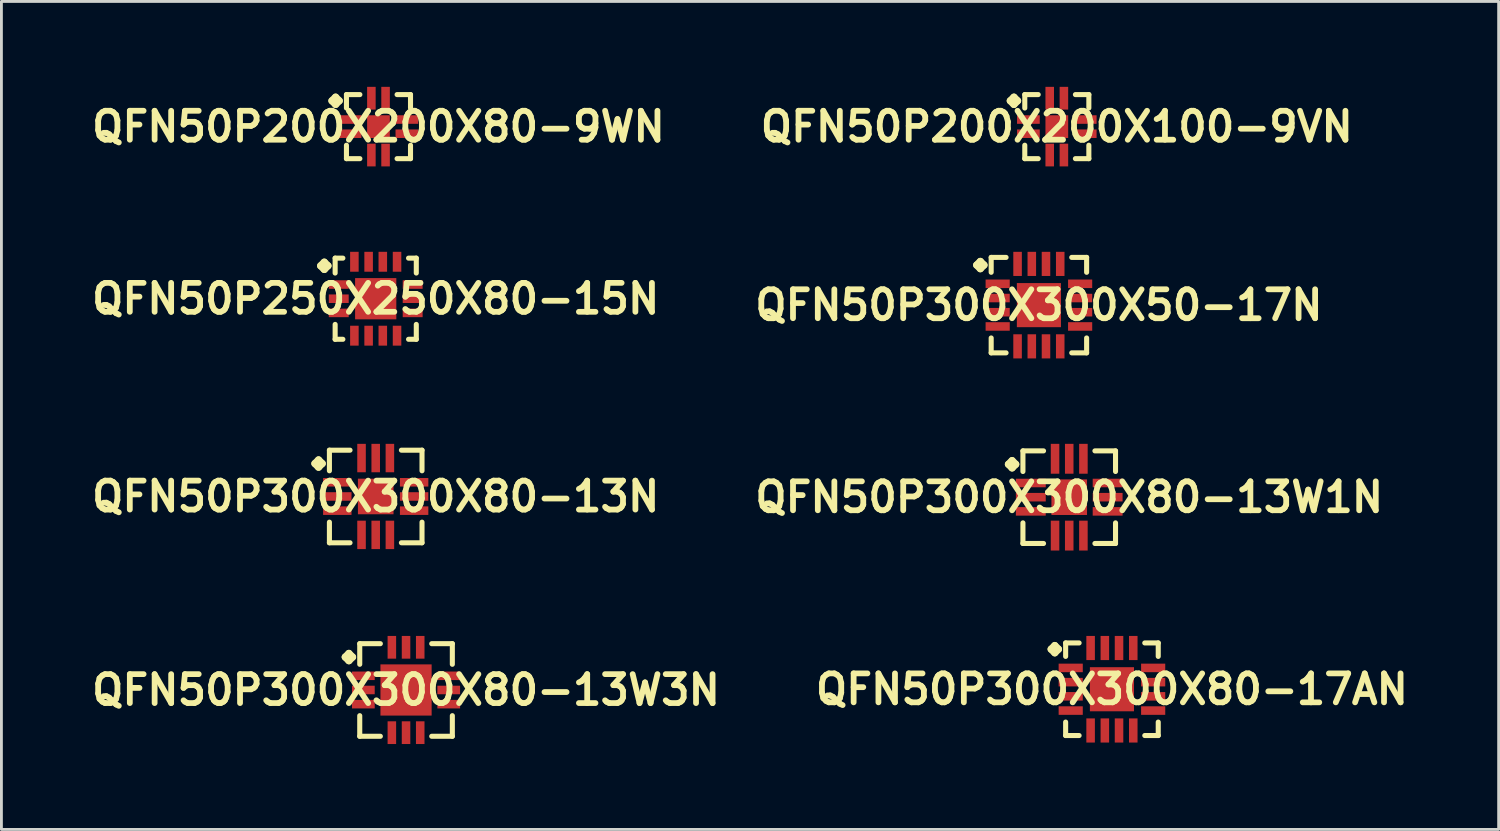
<source format=kicad_pcb>
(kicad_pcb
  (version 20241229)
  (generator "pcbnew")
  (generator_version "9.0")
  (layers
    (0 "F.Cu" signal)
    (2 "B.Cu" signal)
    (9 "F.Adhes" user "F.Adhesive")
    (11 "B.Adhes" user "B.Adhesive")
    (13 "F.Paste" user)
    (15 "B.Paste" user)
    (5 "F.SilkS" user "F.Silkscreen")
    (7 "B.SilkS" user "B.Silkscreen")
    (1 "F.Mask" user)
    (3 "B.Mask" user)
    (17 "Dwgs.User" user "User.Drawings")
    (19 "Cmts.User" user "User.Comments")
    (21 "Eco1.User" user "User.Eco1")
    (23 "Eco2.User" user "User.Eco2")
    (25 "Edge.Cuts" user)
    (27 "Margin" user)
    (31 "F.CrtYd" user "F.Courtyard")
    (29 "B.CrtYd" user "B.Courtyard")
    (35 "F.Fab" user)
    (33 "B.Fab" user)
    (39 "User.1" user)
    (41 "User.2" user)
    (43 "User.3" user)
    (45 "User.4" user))
  (footprint "QFN50P300X300X80-13W3N"
    (layer "F.Cu")
    (at 11.21 21.182)
    (property "Reference" "QFN50P300X300X80-13W3N" (at 0 0 0) (layer "F.SilkS") (effects (font (size 1.016 1.016) (thickness 0.203))))
    (attr smd)
    (fp_line (start -2.134 -1.156) (end -2.007 -1.283) (stroke (width 0.254) (type solid)) (layer "F.SilkS"))
    (fp_line (start -2.007 -1.283) (end -1.88 -1.156) (stroke (width 0.254) (type solid)) (layer "F.SilkS"))
    (fp_line (start -2.007 -1.029) (end -2.134 -1.156) (stroke (width 0.254) (type solid)) (layer "F.SilkS"))
    (fp_line (start -1.88 -1.156) (end -2.007 -1.029) (stroke (width 0.254) (type solid)) (layer "F.SilkS"))
    (fp_line (start -1.626 -1.626) (end -0.902 -1.626) (stroke (width 0.178) (type solid)) (layer "F.SilkS"))
    (fp_line (start -1.626 -0.902) (end -1.626 -1.626) (stroke (width 0.178) (type solid)) (layer "F.SilkS"))
    (fp_line (start -1.626 0.902) (end -1.626 1.626) (stroke (width 0.178) (type solid)) (layer "F.SilkS"))
    (fp_line (start -1.626 1.626) (end -0.902 1.626) (stroke (width 0.178) (type solid)) (layer "F.SilkS"))
    (fp_line (start 0.902 -1.626) (end 1.626 -1.626) (stroke (width 0.178) (type solid)) (layer "F.SilkS"))
    (fp_line (start 0.902 1.626) (end 1.626 1.626) (stroke (width 0.178) (type solid)) (layer "F.SilkS"))
    (fp_line (start 1.626 -1.626) (end 1.626 -0.902) (stroke (width 0.178) (type solid)) (layer "F.SilkS"))
    (fp_line (start 1.626 1.626) (end 1.626 0.902) (stroke (width 0.178) (type solid)) (layer "F.SilkS"))
    (pad "1" smd rect (at -1.499 -0.498) (size 0.798 0.3) (layers "F.Cu" "F.Mask" "F.Paste"))
    (pad "2" smd rect (at -1.499 0) (size 0.798 0.3) (layers "F.Cu" "F.Mask" "F.Paste"))
    (pad "3" smd rect (at -1.499 0.498) (size 0.798 0.3) (layers "F.Cu" "F.Mask" "F.Paste"))
    (pad "4" smd rect (at -0.498 1.499) (size 0.3 0.798) (layers "F.Cu" "F.Mask" "F.Paste"))
    (pad "5" smd rect (at 0 1.499) (size 0.3 0.798) (layers "F.Cu" "F.Mask" "F.Paste"))
    (pad "6" smd rect (at 0.498 1.499) (size 0.3 0.798) (layers "F.Cu" "F.Mask" "F.Paste"))
    (pad "7" smd rect (at 1.499 0.498) (size 0.798 0.3) (layers "F.Cu" "F.Mask" "F.Paste"))
    (pad "8" smd rect (at 1.499 0) (size 0.798 0.3) (layers "F.Cu" "F.Mask" "F.Paste"))
    (pad "9" smd rect (at 1.499 -0.498) (size 0.798 0.3) (layers "F.Cu" "F.Mask" "F.Paste"))
    (pad "10" smd rect (at 0.498 -1.499) (size 0.3 0.798) (layers "F.Cu" "F.Mask" "F.Paste"))
    (pad "11" smd rect (at 0 -1.499) (size 0.3 0.798) (layers "F.Cu" "F.Mask" "F.Paste"))
    (pad "12" smd rect (at -0.498 -1.499) (size 0.3 0.798) (layers "F.Cu" "F.Mask" "F.Paste"))
    (pad "13" smd rect (at 0 0) (size 1.798 1.798) (layers "F.Cu" "F.Mask" "F.Paste")))
  (footprint "QFN50P300X300X50-17N"
    (layer "F.Cu")
    (at 33.436 7.666)
    (property "Reference" "QFN50P300X300X50-17N" (at 0 0 0) (layer "F.SilkS") (effects (font (size 1.016 1.016) (thickness 0.203))))
    (attr smd)
    (fp_line (start -2.184 -1.407) (end -2.057 -1.534) (stroke (width 0.254) (type solid)) (layer "F.SilkS"))
    (fp_line (start -2.057 -1.534) (end -1.93 -1.407) (stroke (width 0.254) (type solid)) (layer "F.SilkS"))
    (fp_line (start -2.057 -1.28) (end -2.184 -1.407) (stroke (width 0.254) (type solid)) (layer "F.SilkS"))
    (fp_line (start -1.93 -1.407) (end -2.057 -1.28) (stroke (width 0.254) (type solid)) (layer "F.SilkS"))
    (fp_line (start -1.676 -1.676) (end -1.153 -1.676) (stroke (width 0.178) (type solid)) (layer "F.SilkS"))
    (fp_line (start -1.676 -1.153) (end -1.676 -1.676) (stroke (width 0.178) (type solid)) (layer "F.SilkS"))
    (fp_line (start -1.676 1.153) (end -1.676 1.676) (stroke (width 0.178) (type solid)) (layer "F.SilkS"))
    (fp_line (start -1.676 1.676) (end -1.153 1.676) (stroke (width 0.178) (type solid)) (layer "F.SilkS"))
    (fp_line (start 1.153 -1.676) (end 1.676 -1.676) (stroke (width 0.178) (type solid)) (layer "F.SilkS"))
    (fp_line (start 1.153 1.676) (end 1.676 1.676) (stroke (width 0.178) (type solid)) (layer "F.SilkS"))
    (fp_line (start 1.676 -1.676) (end 1.676 -1.153) (stroke (width 0.178) (type solid)) (layer "F.SilkS"))
    (fp_line (start 1.676 1.676) (end 1.676 1.153) (stroke (width 0.178) (type solid)) (layer "F.SilkS"))
    (pad "1" smd rect (at -1.448 -0.749) (size 0.848 0.3) (layers "F.Cu" "F.Mask" "F.Paste"))
    (pad "2" smd rect (at -1.448 -0.249) (size 0.848 0.3) (layers "F.Cu" "F.Mask" "F.Paste"))
    (pad "3" smd rect (at -1.448 0.249) (size 0.848 0.3) (layers "F.Cu" "F.Mask" "F.Paste"))
    (pad "4" smd rect (at -1.448 0.749) (size 0.848 0.3) (layers "F.Cu" "F.Mask" "F.Paste"))
    (pad "5" smd rect (at -0.749 1.448) (size 0.3 0.848) (layers "F.Cu" "F.Mask" "F.Paste"))
    (pad "6" smd rect (at -0.249 1.448) (size 0.3 0.848) (layers "F.Cu" "F.Mask" "F.Paste"))
    (pad "7" smd rect (at 0.249 1.448) (size 0.3 0.848) (layers "F.Cu" "F.Mask" "F.Paste"))
    (pad "8" smd rect (at 0.749 1.448) (size 0.3 0.848) (layers "F.Cu" "F.Mask" "F.Paste"))
    (pad "9" smd rect (at 1.448 0.749) (size 0.848 0.3) (layers "F.Cu" "F.Mask" "F.Paste"))
    (pad "10" smd rect (at 1.448 0.249) (size 0.848 0.3) (layers "F.Cu" "F.Mask" "F.Paste"))
    (pad "11" smd rect (at 1.448 -0.249) (size 0.848 0.3) (layers "F.Cu" "F.Mask" "F.Paste"))
    (pad "12" smd rect (at 1.448 -0.749) (size 0.848 0.3) (layers "F.Cu" "F.Mask" "F.Paste"))
    (pad "13" smd rect (at 0.749 -1.448) (size 0.3 0.848) (layers "F.Cu" "F.Mask" "F.Paste"))
    (pad "14" smd rect (at 0.249 -1.448) (size 0.3 0.848) (layers "F.Cu" "F.Mask" "F.Paste"))
    (pad "15" smd rect (at -0.249 -1.448) (size 0.3 0.848) (layers "F.Cu" "F.Mask" "F.Paste"))
    (pad "16" smd rect (at -0.749 -1.448) (size 0.3 0.848) (layers "F.Cu" "F.Mask" "F.Paste"))
    (pad "17" smd rect (at 0 0) (size 1.549 1.549) (layers "F.Cu" "F.Mask" "F.Paste")))
  (footprint "QFN50P300X300X80-13W1N"
    (layer "F.Cu")
    (at 34.501 14.411)
    (property "Reference" "QFN50P300X300X80-13W1N" (at 0 0 0) (layer "F.SilkS") (effects (font (size 1.016 1.016) (thickness 0.203))))
    (attr smd)
    (fp_line (start -2.134 -1.156) (end -2.007 -1.283) (stroke (width 0.254) (type solid)) (layer "F.SilkS"))
    (fp_line (start -2.007 -1.283) (end -1.88 -1.156) (stroke (width 0.254) (type solid)) (layer "F.SilkS"))
    (fp_line (start -2.007 -1.029) (end -2.134 -1.156) (stroke (width 0.254) (type solid)) (layer "F.SilkS"))
    (fp_line (start -1.88 -1.156) (end -2.007 -1.029) (stroke (width 0.254) (type solid)) (layer "F.SilkS"))
    (fp_line (start -1.626 -1.626) (end -0.902 -1.626) (stroke (width 0.178) (type solid)) (layer "F.SilkS"))
    (fp_line (start -1.626 -0.902) (end -1.626 -1.626) (stroke (width 0.178) (type solid)) (layer "F.SilkS"))
    (fp_line (start -1.626 0.902) (end -1.626 1.626) (stroke (width 0.178) (type solid)) (layer "F.SilkS"))
    (fp_line (start -1.626 1.626) (end -0.902 1.626) (stroke (width 0.178) (type solid)) (layer "F.SilkS"))
    (fp_line (start 0.902 -1.626) (end 1.626 -1.626) (stroke (width 0.178) (type solid)) (layer "F.SilkS"))
    (fp_line (start 0.902 1.626) (end 1.626 1.626) (stroke (width 0.178) (type solid)) (layer "F.SilkS"))
    (fp_line (start 1.626 -1.626) (end 1.626 -0.902) (stroke (width 0.178) (type solid)) (layer "F.SilkS"))
    (fp_line (start 1.626 1.626) (end 1.626 0.902) (stroke (width 0.178) (type solid)) (layer "F.SilkS"))
    (pad "1" smd rect (at -1.349 -0.498) (size 1.049 0.3) (layers "F.Cu" "F.Mask" "F.Paste"))
    (pad "2" smd rect (at -1.349 0) (size 1.049 0.3) (layers "F.Cu" "F.Mask" "F.Paste"))
    (pad "3" smd rect (at -1.349 0.498) (size 1.049 0.3) (layers "F.Cu" "F.Mask" "F.Paste"))
    (pad "4" smd rect (at -0.498 1.349) (size 0.3 1.049) (layers "F.Cu" "F.Mask" "F.Paste"))
    (pad "5" smd rect (at 0 1.349) (size 0.3 1.049) (layers "F.Cu" "F.Mask" "F.Paste"))
    (pad "6" smd rect (at 0.498 1.349) (size 0.3 1.049) (layers "F.Cu" "F.Mask" "F.Paste"))
    (pad "7" smd rect (at 1.349 0.498) (size 1.049 0.3) (layers "F.Cu" "F.Mask" "F.Paste"))
    (pad "8" smd rect (at 1.349 0) (size 1.049 0.3) (layers "F.Cu" "F.Mask" "F.Paste"))
    (pad "9" smd rect (at 1.349 -0.498) (size 1.049 0.3) (layers "F.Cu" "F.Mask" "F.Paste"))
    (pad "10" smd rect (at 0.498 -1.349) (size 0.3 1.049) (layers "F.Cu" "F.Mask" "F.Paste"))
    (pad "11" smd rect (at 0 -1.349) (size 0.3 1.049) (layers "F.Cu" "F.Mask" "F.Paste"))
    (pad "12" smd rect (at -0.498 -1.349) (size 0.3 1.049) (layers "F.Cu" "F.Mask" "F.Paste"))
    (pad "13" smd rect (at 0 0) (size 1.25 1.25) (layers "F.Cu" "F.Mask" "F.Paste")))
  (footprint "QFN50P250X250X80-15N"
    (layer "F.Cu")
    (at 10.145 7.441)
    (property "Reference" "QFN50P250X250X80-15N" (at 0 0 0) (layer "F.SilkS") (effects (font (size 1.016 1.016) (thickness 0.203))))
    (attr smd)
    (fp_line (start -1.933 -1.156) (end -1.806 -1.283) (stroke (width 0.254) (type solid)) (layer "F.SilkS"))
    (fp_line (start -1.806 -1.283) (end -1.679 -1.156) (stroke (width 0.254) (type solid)) (layer "F.SilkS"))
    (fp_line (start -1.806 -1.029) (end -1.933 -1.156) (stroke (width 0.254) (type solid)) (layer "F.SilkS"))
    (fp_line (start -1.679 -1.156) (end -1.806 -1.029) (stroke (width 0.254) (type solid)) (layer "F.SilkS"))
    (fp_line (start -1.425 -1.425) (end -1.153 -1.425) (stroke (width 0.178) (type solid)) (layer "F.SilkS"))
    (fp_line (start -1.425 -0.902) (end -1.425 -1.425) (stroke (width 0.178) (type solid)) (layer "F.SilkS"))
    (fp_line (start -1.425 0.902) (end -1.425 1.425) (stroke (width 0.178) (type solid)) (layer "F.SilkS"))
    (fp_line (start -1.425 1.425) (end -1.153 1.425) (stroke (width 0.178) (type solid)) (layer "F.SilkS"))
    (fp_line (start 1.153 -1.425) (end 1.425 -1.425) (stroke (width 0.178) (type solid)) (layer "F.SilkS"))
    (fp_line (start 1.153 1.425) (end 1.425 1.425) (stroke (width 0.178) (type solid)) (layer "F.SilkS"))
    (fp_line (start 1.425 -1.425) (end 1.425 -0.902) (stroke (width 0.178) (type solid)) (layer "F.SilkS"))
    (fp_line (start 1.425 1.425) (end 1.425 0.902) (stroke (width 0.178) (type solid)) (layer "F.SilkS"))
    (pad "1" smd rect (at -1.298 -0.498) (size 0.699 0.3) (layers "F.Cu" "F.Mask" "F.Paste"))
    (pad "2" smd rect (at -1.298 0) (size 0.699 0.3) (layers "F.Cu" "F.Mask" "F.Paste"))
    (pad "3" smd rect (at -1.298 0.498) (size 0.699 0.3) (layers "F.Cu" "F.Mask" "F.Paste"))
    (pad "4" smd rect (at -0.749 1.298) (size 0.3 0.699) (layers "F.Cu" "F.Mask" "F.Paste"))
    (pad "5" smd rect (at -0.249 1.298) (size 0.3 0.699) (layers "F.Cu" "F.Mask" "F.Paste"))
    (pad "6" smd rect (at 0.249 1.298) (size 0.3 0.699) (layers "F.Cu" "F.Mask" "F.Paste"))
    (pad "7" smd rect (at 0.749 1.298) (size 0.3 0.699) (layers "F.Cu" "F.Mask" "F.Paste"))
    (pad "8" smd rect (at 1.298 0.498) (size 0.699 0.3) (layers "F.Cu" "F.Mask" "F.Paste"))
    (pad "9" smd rect (at 1.298 0) (size 0.699 0.3) (layers "F.Cu" "F.Mask" "F.Paste"))
    (pad "10" smd rect (at 1.298 -0.498) (size 0.699 0.3) (layers "F.Cu" "F.Mask" "F.Paste"))
    (pad "11" smd rect (at 0.749 -1.298) (size 0.3 0.699) (layers "F.Cu" "F.Mask" "F.Paste"))
    (pad "12" smd rect (at 0.249 -1.298) (size 0.3 0.699) (layers "F.Cu" "F.Mask" "F.Paste"))
    (pad "13" smd rect (at -0.249 -1.298) (size 0.3 0.699) (layers "F.Cu" "F.Mask" "F.Paste"))
    (pad "14" smd rect (at -0.749 -1.298) (size 0.3 0.699) (layers "F.Cu" "F.Mask" "F.Paste"))
    (pad "15" smd rect (at 0 0) (size 1.448 1.448) (layers "F.Cu" "F.Mask" "F.Paste")))
  (footprint "QFN50P300X300X80-17AN"
    (layer "F.Cu")
    (at 36.001 21.156)
    (property "Reference" "QFN50P300X300X80-17AN" (at 0 0 0) (layer "F.SilkS") (effects (font (size 1.016 1.016) (thickness 0.203))))
    (attr smd)
    (fp_line (start -2.134 -1.407) (end -2.007 -1.534) (stroke (width 0.254) (type solid)) (layer "F.SilkS"))
    (fp_line (start -2.007 -1.534) (end -1.88 -1.407) (stroke (width 0.254) (type solid)) (layer "F.SilkS"))
    (fp_line (start -2.007 -1.28) (end -2.134 -1.407) (stroke (width 0.254) (type solid)) (layer "F.SilkS"))
    (fp_line (start -1.88 -1.407) (end -2.007 -1.28) (stroke (width 0.254) (type solid)) (layer "F.SilkS"))
    (fp_line (start -1.626 -1.626) (end -1.153 -1.626) (stroke (width 0.178) (type solid)) (layer "F.SilkS"))
    (fp_line (start -1.626 -1.153) (end -1.626 -1.626) (stroke (width 0.178) (type solid)) (layer "F.SilkS"))
    (fp_line (start -1.626 1.153) (end -1.626 1.626) (stroke (width 0.178) (type solid)) (layer "F.SilkS"))
    (fp_line (start -1.626 1.626) (end -1.153 1.626) (stroke (width 0.178) (type solid)) (layer "F.SilkS"))
    (fp_line (start 1.153 -1.626) (end 1.626 -1.626) (stroke (width 0.178) (type solid)) (layer "F.SilkS"))
    (fp_line (start 1.153 1.626) (end 1.626 1.626) (stroke (width 0.178) (type solid)) (layer "F.SilkS"))
    (fp_line (start 1.626 -1.626) (end 1.626 -1.153) (stroke (width 0.178) (type solid)) (layer "F.SilkS"))
    (fp_line (start 1.626 1.626) (end 1.626 1.153) (stroke (width 0.178) (type solid)) (layer "F.SilkS"))
    (pad "1" smd rect (at -1.448 -0.749) (size 0.848 0.3) (layers "F.Cu" "F.Mask" "F.Paste"))
    (pad "2" smd rect (at -1.448 -0.249) (size 0.848 0.3) (layers "F.Cu" "F.Mask" "F.Paste"))
    (pad "3" smd rect (at -1.448 0.249) (size 0.848 0.3) (layers "F.Cu" "F.Mask" "F.Paste"))
    (pad "4" smd rect (at -1.448 0.749) (size 0.848 0.3) (layers "F.Cu" "F.Mask" "F.Paste"))
    (pad "5" smd rect (at -0.749 1.448) (size 0.3 0.848) (layers "F.Cu" "F.Mask" "F.Paste"))
    (pad "6" smd rect (at -0.249 1.448) (size 0.3 0.848) (layers "F.Cu" "F.Mask" "F.Paste"))
    (pad "7" smd rect (at 0.249 1.448) (size 0.3 0.848) (layers "F.Cu" "F.Mask" "F.Paste"))
    (pad "8" smd rect (at 0.749 1.448) (size 0.3 0.848) (layers "F.Cu" "F.Mask" "F.Paste"))
    (pad "9" smd rect (at 1.448 0.749) (size 0.848 0.3) (layers "F.Cu" "F.Mask" "F.Paste"))
    (pad "10" smd rect (at 1.448 0.249) (size 0.848 0.3) (layers "F.Cu" "F.Mask" "F.Paste"))
    (pad "11" smd rect (at 1.448 -0.249) (size 0.848 0.3) (layers "F.Cu" "F.Mask" "F.Paste"))
    (pad "12" smd rect (at 1.448 -0.749) (size 0.848 0.3) (layers "F.Cu" "F.Mask" "F.Paste"))
    (pad "13" smd rect (at 0.749 -1.448) (size 0.3 0.848) (layers "F.Cu" "F.Mask" "F.Paste"))
    (pad "14" smd rect (at 0.249 -1.448) (size 0.3 0.848) (layers "F.Cu" "F.Mask" "F.Paste"))
    (pad "15" smd rect (at -0.249 -1.448) (size 0.3 0.848) (layers "F.Cu" "F.Mask" "F.Paste"))
    (pad "16" smd rect (at -0.749 -1.448) (size 0.3 0.848) (layers "F.Cu" "F.Mask" "F.Paste"))
    (pad "17" smd rect (at 0 0) (size 1.549 1.549) (layers "F.Cu" "F.Mask" "F.Paste")))
  (footprint "QFN50P200X200X80-9WN"
    (layer "F.Cu")
    (at 10.242 1.397)
    (property "Reference" "QFN50P200X200X80-9WN" (at 0 0 0) (layer "F.SilkS") (effects (font (size 1.016 1.016) (thickness 0.203))))
    (attr smd)
    (fp_line (start -1.633 -0.907) (end -1.506 -1.034) (stroke (width 0.254) (type solid)) (layer "F.SilkS"))
    (fp_line (start -1.506 -1.034) (end -1.379 -0.907) (stroke (width 0.254) (type solid)) (layer "F.SilkS"))
    (fp_line (start -1.506 -0.78) (end -1.633 -0.907) (stroke (width 0.254) (type solid)) (layer "F.SilkS"))
    (fp_line (start -1.379 -0.907) (end -1.506 -0.78) (stroke (width 0.254) (type solid)) (layer "F.SilkS"))
    (fp_line (start -1.125 -1.125) (end -0.653 -1.125) (stroke (width 0.178) (type solid)) (layer "F.SilkS"))
    (fp_line (start -1.125 -0.653) (end -1.125 -1.125) (stroke (width 0.178) (type solid)) (layer "F.SilkS"))
    (fp_line (start -1.125 0.653) (end -1.125 1.125) (stroke (width 0.178) (type solid)) (layer "F.SilkS"))
    (fp_line (start -1.125 1.125) (end -0.653 1.125) (stroke (width 0.178) (type solid)) (layer "F.SilkS"))
    (fp_line (start 0.653 -1.125) (end 1.125 -1.125) (stroke (width 0.178) (type solid)) (layer "F.SilkS"))
    (fp_line (start 0.653 1.125) (end 1.125 1.125) (stroke (width 0.178) (type solid)) (layer "F.SilkS"))
    (fp_line (start 1.125 -1.125) (end 1.125 -0.653) (stroke (width 0.178) (type solid)) (layer "F.SilkS"))
    (fp_line (start 1.125 1.125) (end 1.125 0.653) (stroke (width 0.178) (type solid)) (layer "F.SilkS"))
    (pad "1" smd rect (at -0.998 -0.249) (size 0.798 0.3) (layers "F.Cu" "F.Mask" "F.Paste"))
    (pad "2" smd rect (at -0.998 0.249) (size 0.798 0.3) (layers "F.Cu" "F.Mask" "F.Paste"))
    (pad "3" smd rect (at -0.249 0.998) (size 0.3 0.798) (layers "F.Cu" "F.Mask" "F.Paste"))
    (pad "4" smd rect (at 0.249 0.998) (size 0.3 0.798) (layers "F.Cu" "F.Mask" "F.Paste"))
    (pad "5" smd rect (at 0.998 0.249) (size 0.798 0.3) (layers "F.Cu" "F.Mask" "F.Paste"))
    (pad "6" smd rect (at 0.998 -0.249) (size 0.798 0.3) (layers "F.Cu" "F.Mask" "F.Paste"))
    (pad "7" smd rect (at 0.249 -0.998) (size 0.3 0.798) (layers "F.Cu" "F.Mask" "F.Paste"))
    (pad "8" smd rect (at -0.249 -0.998) (size 0.3 0.798) (layers "F.Cu" "F.Mask" "F.Paste"))
    (pad "9" smd rect (at 0 0) (size 0.798 0.798) (layers "F.Cu" "F.Mask" "F.Paste")))
  (footprint "QFN50P200X200X100-9VN"
    (layer "F.Cu")
    (at 34.065 1.397)
    (property "Reference" "QFN50P200X200X100-9VN" (at 0 0 0) (layer "F.SilkS") (effects (font (size 1.016 1.016) (thickness 0.203))))
    (attr smd)
    (fp_line (start -1.633 -0.907) (end -1.506 -1.034) (stroke (width 0.254) (type solid)) (layer "F.SilkS"))
    (fp_line (start -1.506 -1.034) (end -1.379 -0.907) (stroke (width 0.254) (type solid)) (layer "F.SilkS"))
    (fp_line (start -1.506 -0.78) (end -1.633 -0.907) (stroke (width 0.254) (type solid)) (layer "F.SilkS"))
    (fp_line (start -1.379 -0.907) (end -1.506 -0.78) (stroke (width 0.254) (type solid)) (layer "F.SilkS"))
    (fp_line (start -1.125 -1.125) (end -0.653 -1.125) (stroke (width 0.178) (type solid)) (layer "F.SilkS"))
    (fp_line (start -1.125 -0.653) (end -1.125 -1.125) (stroke (width 0.178) (type solid)) (layer "F.SilkS"))
    (fp_line (start -1.125 0.653) (end -1.125 1.125) (stroke (width 0.178) (type solid)) (layer "F.SilkS"))
    (fp_line (start -1.125 1.125) (end -0.653 1.125) (stroke (width 0.178) (type solid)) (layer "F.SilkS"))
    (fp_line (start 0.653 -1.125) (end 1.125 -1.125) (stroke (width 0.178) (type solid)) (layer "F.SilkS"))
    (fp_line (start 0.653 1.125) (end 1.125 1.125) (stroke (width 0.178) (type solid)) (layer "F.SilkS"))
    (fp_line (start 1.125 -1.125) (end 1.125 -0.653) (stroke (width 0.178) (type solid)) (layer "F.SilkS"))
    (fp_line (start 1.125 1.125) (end 1.125 0.653) (stroke (width 0.178) (type solid)) (layer "F.SilkS"))
    (pad "1" smd rect (at -0.998 -0.249) (size 0.798 0.3) (layers "F.Cu" "F.Mask" "F.Paste"))
    (pad "2" smd rect (at -0.998 0.249) (size 0.798 0.3) (layers "F.Cu" "F.Mask" "F.Paste"))
    (pad "3" smd rect (at -0.249 0.998) (size 0.3 0.798) (layers "F.Cu" "F.Mask" "F.Paste"))
    (pad "4" smd rect (at 0.249 0.998) (size 0.3 0.798) (layers "F.Cu" "F.Mask" "F.Paste"))
    (pad "5" smd rect (at 0.998 0.249) (size 0.798 0.3) (layers "F.Cu" "F.Mask" "F.Paste"))
    (pad "6" smd rect (at 0.998 -0.249) (size 0.798 0.3) (layers "F.Cu" "F.Mask" "F.Paste"))
    (pad "7" smd rect (at 0.249 -0.998) (size 0.3 0.798) (layers "F.Cu" "F.Mask" "F.Paste"))
    (pad "8" smd rect (at -0.249 -0.998) (size 0.3 0.798) (layers "F.Cu" "F.Mask" "F.Paste"))
    (pad "9" smd rect (at 0 0) (size 0.798 0.798) (layers "F.Cu" "F.Mask" "F.Paste")))
  (footprint "QFN50P300X300X80-13N"
    (layer "F.Cu")
    (at 10.145 14.386)
    (property "Reference" "QFN50P300X300X80-13N" (at 0 0 0) (layer "F.SilkS") (effects (font (size 1.016 1.016) (thickness 0.203))))
    (attr smd)
    (fp_line (start -2.134 -1.156) (end -2.007 -1.283) (stroke (width 0.254) (type solid)) (layer "F.SilkS"))
    (fp_line (start -2.007 -1.283) (end -1.88 -1.156) (stroke (width 0.254) (type solid)) (layer "F.SilkS"))
    (fp_line (start -2.007 -1.029) (end -2.134 -1.156) (stroke (width 0.254) (type solid)) (layer "F.SilkS"))
    (fp_line (start -1.88 -1.156) (end -2.007 -1.029) (stroke (width 0.254) (type solid)) (layer "F.SilkS"))
    (fp_line (start -1.626 -1.626) (end -0.902 -1.626) (stroke (width 0.178) (type solid)) (layer "F.SilkS"))
    (fp_line (start -1.626 -0.902) (end -1.626 -1.626) (stroke (width 0.178) (type solid)) (layer "F.SilkS"))
    (fp_line (start -1.626 0.902) (end -1.626 1.626) (stroke (width 0.178) (type solid)) (layer "F.SilkS"))
    (fp_line (start -1.626 1.626) (end -0.902 1.626) (stroke (width 0.178) (type solid)) (layer "F.SilkS"))
    (fp_line (start 0.902 -1.626) (end 1.626 -1.626) (stroke (width 0.178) (type solid)) (layer "F.SilkS"))
    (fp_line (start 0.902 1.626) (end 1.626 1.626) (stroke (width 0.178) (type solid)) (layer "F.SilkS"))
    (fp_line (start 1.626 -1.626) (end 1.626 -0.902) (stroke (width 0.178) (type solid)) (layer "F.SilkS"))
    (fp_line (start 1.626 1.626) (end 1.626 0.902) (stroke (width 0.178) (type solid)) (layer "F.SilkS"))
    (pad "1" smd rect (at -1.349 -0.498) (size 0.998 0.3) (layers "F.Cu" "F.Mask" "F.Paste"))
    (pad "2" smd rect (at -1.349 0) (size 0.998 0.3) (layers "F.Cu" "F.Mask" "F.Paste"))
    (pad "3" smd rect (at -1.349 0.498) (size 0.998 0.3) (layers "F.Cu" "F.Mask" "F.Paste"))
    (pad "4" smd rect (at -0.498 1.349) (size 0.3 0.998) (layers "F.Cu" "F.Mask" "F.Paste"))
    (pad "5" smd rect (at 0 1.349) (size 0.3 0.998) (layers "F.Cu" "F.Mask" "F.Paste"))
    (pad "6" smd rect (at 0.498 1.349) (size 0.3 0.998) (layers "F.Cu" "F.Mask" "F.Paste"))
    (pad "7" smd rect (at 1.349 0.498) (size 0.998 0.3) (layers "F.Cu" "F.Mask" "F.Paste"))
    (pad "8" smd rect (at 1.349 0) (size 0.998 0.3) (layers "F.Cu" "F.Mask" "F.Paste"))
    (pad "9" smd rect (at 1.349 -0.498) (size 0.998 0.3) (layers "F.Cu" "F.Mask" "F.Paste"))
    (pad "10" smd rect (at 0.498 -1.349) (size 0.3 0.998) (layers "F.Cu" "F.Mask" "F.Paste"))
    (pad "11" smd rect (at 0 -1.349) (size 0.3 0.998) (layers "F.Cu" "F.Mask" "F.Paste"))
    (pad "12" smd rect (at -0.498 -1.349) (size 0.3 0.998) (layers "F.Cu" "F.Mask" "F.Paste"))
    (pad "13" smd rect (at 0 0) (size 1.25 1.25) (layers "F.Cu" "F.Mask" "F.Paste")))
  (gr_rect
    (start -3 -3)
    (end 49.582 26.079)
    (stroke (width 0.1) (type default))
    (fill no)
    (layer "Edge.Cuts")))
</source>
